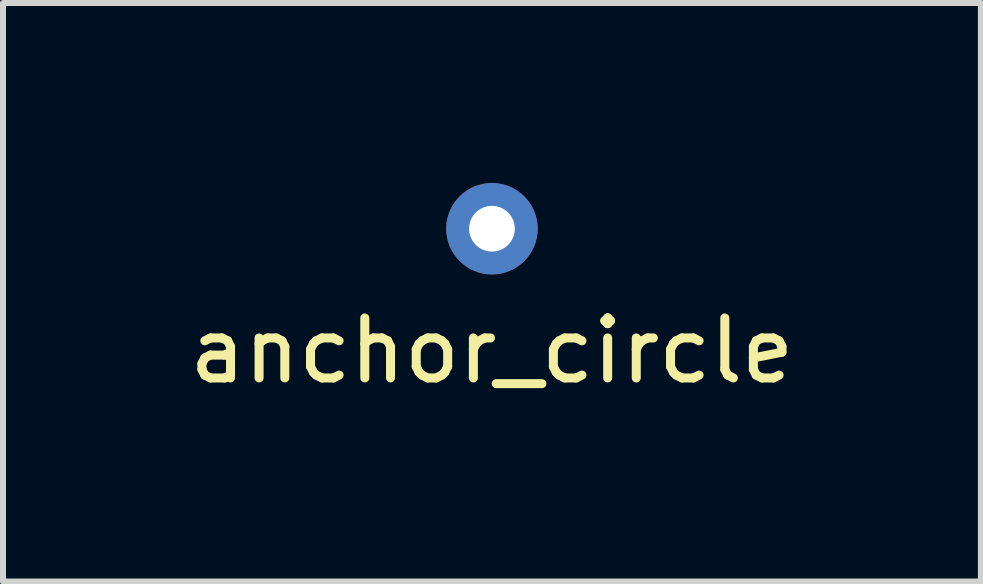
<source format=kicad_pcb>
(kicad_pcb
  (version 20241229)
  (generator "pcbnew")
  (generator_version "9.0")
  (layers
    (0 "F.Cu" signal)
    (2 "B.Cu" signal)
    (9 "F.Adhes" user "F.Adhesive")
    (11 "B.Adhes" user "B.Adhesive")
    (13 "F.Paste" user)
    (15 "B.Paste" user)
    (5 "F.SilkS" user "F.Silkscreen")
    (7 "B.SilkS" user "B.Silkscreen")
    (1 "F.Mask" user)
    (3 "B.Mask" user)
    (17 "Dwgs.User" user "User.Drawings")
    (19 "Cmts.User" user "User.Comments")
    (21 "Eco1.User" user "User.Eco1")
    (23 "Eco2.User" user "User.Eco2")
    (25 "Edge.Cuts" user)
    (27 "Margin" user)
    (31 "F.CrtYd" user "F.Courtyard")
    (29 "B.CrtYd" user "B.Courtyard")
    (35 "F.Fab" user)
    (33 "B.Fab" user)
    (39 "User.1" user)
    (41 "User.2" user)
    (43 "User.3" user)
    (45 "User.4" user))
  (footprint "anchor_circle"
    (layer "F.Cu")
    (at 5.149 1.27)
    (property "Reference" "anchor_circle" (at 0 1.524 0) (layer "F.SilkS") (effects (font (size 1 1) (thickness 0.15))))
    (attr through_hole)
    (pad "1" thru_hole circle (at 0 -0.508) (size 1.524 1.524) (drill 0.762) (layers "*.Cu" "*.Mask")))
  (gr_rect
    (start -3 -3)
    (end 13.298 6.642)
    (stroke (width 0.1) (type default))
    (fill no)
    (layer "Edge.Cuts")))
</source>
